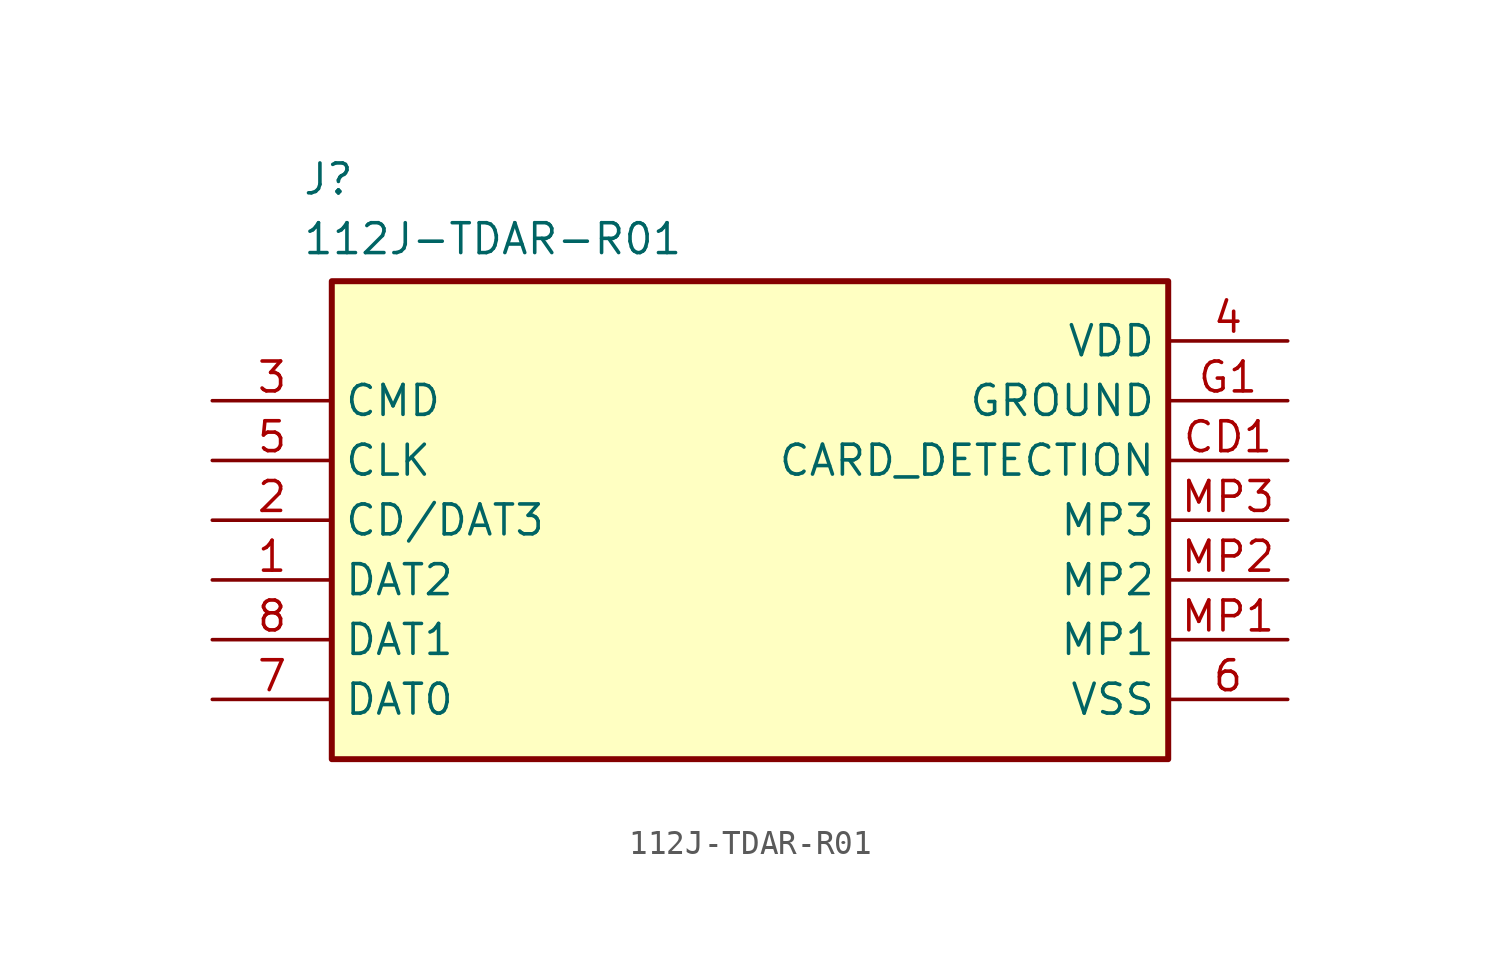
<source format=kicad_sym>
(kicad_symbol_lib
  (version 20220914)
  (generator kicad_symbol_editor)
  (symbol "112J-TDAR-R01"
    (property "Reference" "J"
      (at 16.51 7.62 0)
      (effects (font (size 1.27 1.27)) (justify left top)))
    (property "Value" "112J-TDAR-R01"
      (at 16.51 5.08 0)
      (effects (font (size 1.27 1.27)) (justify left top)))
    (symbol "112J-TDAR-R01_1_1"
      (rectangle (start 17.78 -17.78) (end 53.34 2.54) (stroke (width 0.254) (type default)) (fill (type background)))
      (pin passive line (at 12.7 -10.16 0) (length 5.08) (name "DAT2" (effects (font (size 1.27 1.27)))) (number "1" (effects (font (size 1.27 1.27)))))
      (pin passive line (at 12.7 -7.62 0) (length 5.08) (name "CD/DAT3" (effects (font (size 1.27 1.27)))) (number "2" (effects (font (size 1.27 1.27)))))
      (pin passive line (at 12.7 -2.54 0) (length 5.08) (name "CMD" (effects (font (size 1.27 1.27)))) (number "3" (effects (font (size 1.27 1.27)))))
      (pin passive line (at 58.42 0 180) (length 5.08) (name "VDD" (effects (font (size 1.27 1.27)))) (number "4" (effects (font (size 1.27 1.27)))))
      (pin passive line (at 12.7 -5.08 0) (length 5.08) (name "CLK" (effects (font (size 1.27 1.27)))) (number "5" (effects (font (size 1.27 1.27)))))
      (pin passive line (at 58.42 -15.24 180) (length 5.08) (name "VSS" (effects (font (size 1.27 1.27)))) (number "6" (effects (font (size 1.27 1.27)))))
      (pin passive line (at 12.7 -15.24 0) (length 5.08) (name "DAT0" (effects (font (size 1.27 1.27)))) (number "7" (effects (font (size 1.27 1.27)))))
      (pin passive line (at 12.7 -12.7 0) (length 5.08) (name "DAT1" (effects (font (size 1.27 1.27)))) (number "8" (effects (font (size 1.27 1.27)))))
      (pin passive line (at 58.42 -5.08 180) (length 5.08) (name "CARD_DETECTION" (effects (font (size 1.27 1.27)))) (number "CD1" (effects (font (size 1.27 1.27)))))
      (pin passive line (at 58.42 -2.54 180) (length 5.08) (name "GROUND" (effects (font (size 1.27 1.27)))) (number "G1" (effects (font (size 1.27 1.27)))))
      (pin passive line (at 58.42 -12.7 180) (length 5.08) (name "MP1" (effects (font (size 1.27 1.27)))) (number "MP1" (effects (font (size 1.27 1.27)))))
      (pin passive line (at 58.42 -10.16 180) (length 5.08) (name "MP2" (effects (font (size 1.27 1.27)))) (number "MP2" (effects (font (size 1.27 1.27)))))
      (pin passive line (at 58.42 -7.62 180) (length 5.08) (name "MP3" (effects (font (size 1.27 1.27)))) (number "MP3" (effects (font (size 1.27 1.27))))))))
</source>
